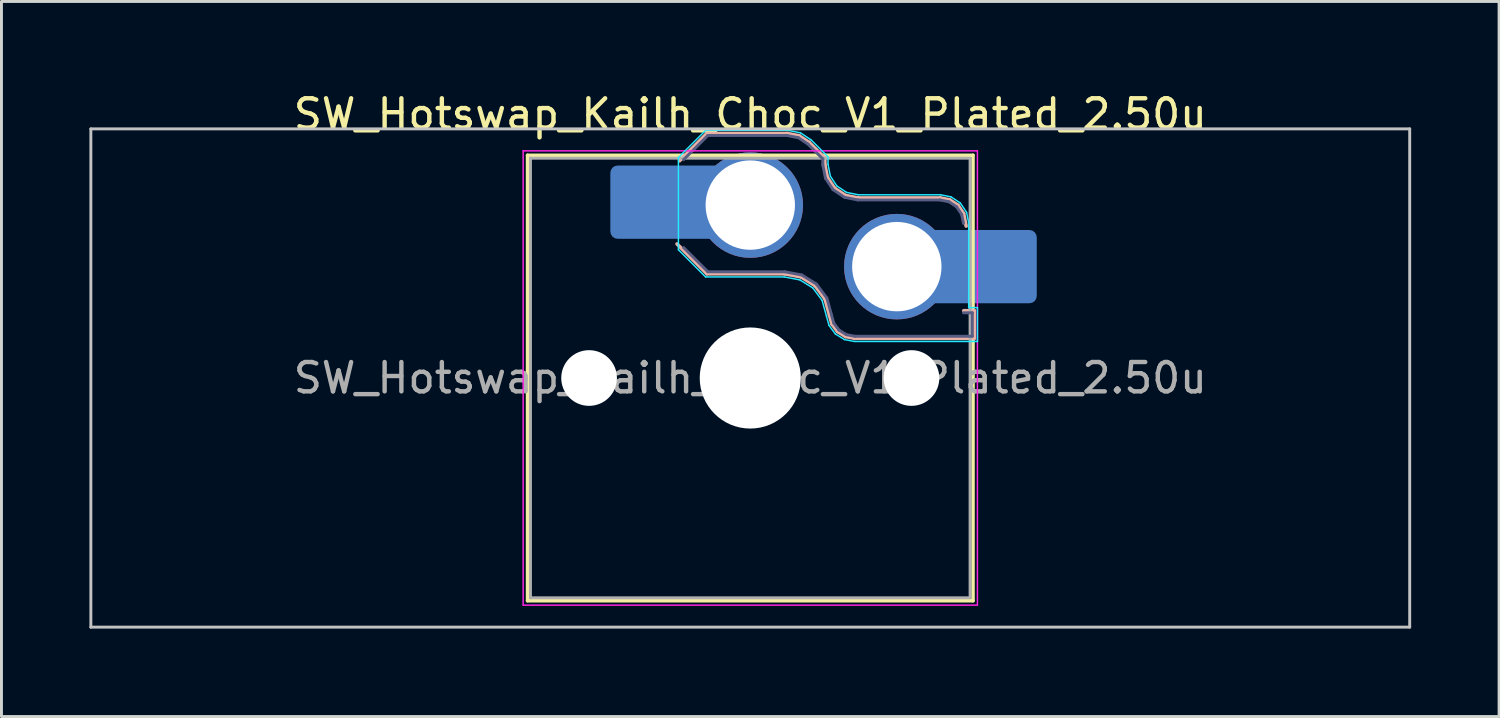
<source format=kicad_pcb>
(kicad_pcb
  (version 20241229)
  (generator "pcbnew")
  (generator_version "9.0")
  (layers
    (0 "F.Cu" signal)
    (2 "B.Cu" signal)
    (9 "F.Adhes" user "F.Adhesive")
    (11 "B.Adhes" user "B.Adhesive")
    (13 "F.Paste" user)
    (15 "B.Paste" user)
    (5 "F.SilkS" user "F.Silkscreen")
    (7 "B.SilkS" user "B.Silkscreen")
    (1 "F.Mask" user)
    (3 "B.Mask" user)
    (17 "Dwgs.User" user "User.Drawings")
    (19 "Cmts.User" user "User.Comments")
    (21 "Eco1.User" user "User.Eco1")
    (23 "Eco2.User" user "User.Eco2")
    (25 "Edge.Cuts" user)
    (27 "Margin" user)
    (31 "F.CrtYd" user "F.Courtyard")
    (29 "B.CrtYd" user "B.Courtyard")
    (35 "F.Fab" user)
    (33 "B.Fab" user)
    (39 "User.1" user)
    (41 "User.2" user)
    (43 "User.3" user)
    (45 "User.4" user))
  (footprint "SW_Hotswap_Kailh_Choc_V1_Plated_2.50u"
    (layer "F.Cu")
    (at 22.55 9.848)
    (property "Reference" "SW_Hotswap_Kailh_Choc_V1_Plated_2.50u" (at 0 -9 0) (layer "F.SilkS") (effects (font (size 1 1) (thickness 0.15))))
    (attr smd)
    (fp_line (start -7.6 -7.6) (end -7.6 7.6) (stroke (width 0.12) (type solid)) (layer "F.SilkS"))
    (fp_line (start -7.6 7.6) (end 7.6 7.6) (stroke (width 0.12) (type solid)) (layer "F.SilkS"))
    (fp_line (start 7.6 -7.6) (end -7.6 -7.6) (stroke (width 0.12) (type solid)) (layer "F.SilkS"))
    (fp_line (start 7.6 7.6) (end 7.6 -7.6) (stroke (width 0.12) (type solid)) (layer "F.SilkS"))
    (fp_line (start -2.416 -7.409) (end -1.479 -8.346) (stroke (width 0.12) (type solid)) (layer "B.SilkS"))
    (fp_line (start -1.479 -8.346) (end 1.268 -8.346) (stroke (width 0.12) (type solid)) (layer "B.SilkS"))
    (fp_line (start -1.479 -3.554) (end -2.5 -4.575) (stroke (width 0.12) (type solid)) (layer "B.SilkS"))
    (fp_line (start 1.168 -3.554) (end -1.479 -3.554) (stroke (width 0.12) (type solid)) (layer "B.SilkS"))
    (fp_line (start 1.268 -8.346) (end 1.671 -8.266) (stroke (width 0.12) (type solid)) (layer "B.SilkS"))
    (fp_line (start 1.671 -8.266) (end 2.013 -8.037) (stroke (width 0.12) (type solid)) (layer "B.SilkS"))
    (fp_line (start 1.73 -3.449) (end 1.168 -3.554) (stroke (width 0.12) (type solid)) (layer "B.SilkS"))
    (fp_line (start 2.013 -8.037) (end 2.546 -7.504) (stroke (width 0.12) (type solid)) (layer "B.SilkS"))
    (fp_line (start 2.209 -3.15) (end 1.73 -3.449) (stroke (width 0.12) (type solid)) (layer "B.SilkS"))
    (fp_line (start 2.546 -7.504) (end 2.546 -7.282) (stroke (width 0.12) (type solid)) (layer "B.SilkS"))
    (fp_line (start 2.546 -7.282) (end 2.633 -6.844) (stroke (width 0.12) (type solid)) (layer "B.SilkS"))
    (fp_line (start 2.547 -2.697) (end 2.209 -3.15) (stroke (width 0.12) (type solid)) (layer "B.SilkS"))
    (fp_line (start 2.633 -6.844) (end 2.877 -6.477) (stroke (width 0.12) (type solid)) (layer "B.SilkS"))
    (fp_line (start 2.701 -2.139) (end 2.547 -2.697) (stroke (width 0.12) (type solid)) (layer "B.SilkS"))
    (fp_line (start 2.783 -1.841) (end 2.701 -2.139) (stroke (width 0.12) (type solid)) (layer "B.SilkS"))
    (fp_line (start 2.877 -6.477) (end 3.244 -6.233) (stroke (width 0.12) (type solid)) (layer "B.SilkS"))
    (fp_line (start 2.976 -1.583) (end 2.783 -1.841) (stroke (width 0.12) (type solid)) (layer "B.SilkS"))
    (fp_line (start 3.244 -6.233) (end 3.682 -6.146) (stroke (width 0.12) (type solid)) (layer "B.SilkS"))
    (fp_line (start 3.25 -1.413) (end 2.976 -1.583) (stroke (width 0.12) (type solid)) (layer "B.SilkS"))
    (fp_line (start 3.56 -1.354) (end 3.25 -1.413) (stroke (width 0.12) (type solid)) (layer "B.SilkS"))
    (fp_line (start 3.682 -6.146) (end 6.482 -6.146) (stroke (width 0.12) (type solid)) (layer "B.SilkS"))
    (fp_line (start 6.482 -6.146) (end 6.809 -6.081) (stroke (width 0.12) (type solid)) (layer "B.SilkS"))
    (fp_line (start 6.809 -6.081) (end 7.092 -5.892) (stroke (width 0.12) (type solid)) (layer "B.SilkS"))
    (fp_line (start 7.092 -5.892) (end 7.281 -5.609) (stroke (width 0.12) (type solid)) (layer "B.SilkS"))
    (fp_line (start 7.281 -5.609) (end 7.366 -5.182) (stroke (width 0.12) (type solid)) (layer "B.SilkS"))
    (fp_line (start 7.283 -2.296) (end 7.646 -2.296) (stroke (width 0.12) (type solid)) (layer "B.SilkS"))
    (fp_line (start 7.646 -2.296) (end 7.646 -1.354) (stroke (width 0.12) (type solid)) (layer "B.SilkS"))
    (fp_line (start 7.646 -1.354) (end 3.56 -1.354) (stroke (width 0.12) (type solid)) (layer "B.SilkS"))
    (fp_line (start -22.5 -8.5) (end -22.5 8.5) (stroke (width 0.1) (type solid)) (layer "Dwgs.User"))
    (fp_line (start -22.5 8.5) (end 22.5 8.5) (stroke (width 0.1) (type solid)) (layer "Dwgs.User"))
    (fp_line (start 22.5 -8.5) (end -22.5 -8.5) (stroke (width 0.1) (type solid)) (layer "Dwgs.User"))
    (fp_line (start 22.5 8.5) (end 22.5 -8.5) (stroke (width 0.1) (type solid)) (layer "Dwgs.User"))
    (fp_line (start -7.25 -7.25) (end -7.25 7.25) (stroke (width 0.1) (type solid)) (layer "Eco1.User"))
    (fp_line (start -7.25 7.25) (end 7.25 7.25) (stroke (width 0.1) (type solid)) (layer "Eco1.User"))
    (fp_line (start 7.25 -7.25) (end -7.25 -7.25) (stroke (width 0.1) (type solid)) (layer "Eco1.User"))
    (fp_line (start 7.25 7.25) (end 7.25 -7.25) (stroke (width 0.1) (type solid)) (layer "Eco1.User"))
    (fp_line (start -2.452 -7.523) (end -1.523 -8.452) (stroke (width 0.05) (type solid)) (layer "B.CrtYd"))
    (fp_line (start -2.452 -4.377) (end -2.452 -7.523) (stroke (width 0.05) (type solid)) (layer "B.CrtYd"))
    (fp_line (start -1.523 -8.452) (end 1.278 -8.452) (stroke (width 0.05) (type solid)) (layer "B.CrtYd"))
    (fp_line (start -1.523 -3.448) (end -2.452 -4.377) (stroke (width 0.05) (type solid)) (layer "B.CrtYd"))
    (fp_line (start 1.159 -3.448) (end -1.523 -3.448) (stroke (width 0.05) (type solid)) (layer "B.CrtYd"))
    (fp_line (start 1.278 -8.452) (end 1.712 -8.366) (stroke (width 0.05) (type solid)) (layer "B.CrtYd"))
    (fp_line (start 1.691 -3.348) (end 1.159 -3.448) (stroke (width 0.05) (type solid)) (layer "B.CrtYd"))
    (fp_line (start 1.712 -8.366) (end 2.081 -8.119) (stroke (width 0.05) (type solid)) (layer "B.CrtYd"))
    (fp_line (start 2.081 -8.119) (end 2.652 -7.548) (stroke (width 0.05) (type solid)) (layer "B.CrtYd"))
    (fp_line (start 2.136 -3.071) (end 1.691 -3.348) (stroke (width 0.05) (type solid)) (layer "B.CrtYd"))
    (fp_line (start 2.45 -2.65) (end 2.136 -3.071) (stroke (width 0.05) (type solid)) (layer "B.CrtYd"))
    (fp_line (start 2.599 -2.111) (end 2.45 -2.65) (stroke (width 0.05) (type solid)) (layer "B.CrtYd"))
    (fp_line (start 2.652 -7.548) (end 2.652 -7.292) (stroke (width 0.05) (type solid)) (layer "B.CrtYd"))
    (fp_line (start 2.652 -7.292) (end 2.733 -6.885) (stroke (width 0.05) (type solid)) (layer "B.CrtYd"))
    (fp_line (start 2.687 -1.794) (end 2.599 -2.111) (stroke (width 0.05) (type solid)) (layer "B.CrtYd"))
    (fp_line (start 2.733 -6.885) (end 2.953 -6.553) (stroke (width 0.05) (type solid)) (layer "B.CrtYd"))
    (fp_line (start 2.903 -1.503) (end 2.687 -1.794) (stroke (width 0.05) (type solid)) (layer "B.CrtYd"))
    (fp_line (start 2.953 -6.553) (end 3.285 -6.333) (stroke (width 0.05) (type solid)) (layer "B.CrtYd"))
    (fp_line (start 3.211 -1.312) (end 2.903 -1.503) (stroke (width 0.05) (type solid)) (layer "B.CrtYd"))
    (fp_line (start 3.285 -6.333) (end 3.692 -6.252) (stroke (width 0.05) (type solid)) (layer "B.CrtYd"))
    (fp_line (start 3.55 -1.248) (end 3.211 -1.312) (stroke (width 0.05) (type solid)) (layer "B.CrtYd"))
    (fp_line (start 3.692 -6.252) (end 6.492 -6.252) (stroke (width 0.05) (type solid)) (layer "B.CrtYd"))
    (fp_line (start 6.492 -6.252) (end 6.85 -6.181) (stroke (width 0.05) (type solid)) (layer "B.CrtYd"))
    (fp_line (start 6.85 -6.181) (end 7.168 -5.968) (stroke (width 0.05) (type solid)) (layer "B.CrtYd"))
    (fp_line (start 7.168 -5.968) (end 7.381 -5.65) (stroke (width 0.05) (type solid)) (layer "B.CrtYd"))
    (fp_line (start 7.381 -5.65) (end 7.452 -5.292) (stroke (width 0.05) (type solid)) (layer "B.CrtYd"))
    (fp_line (start 7.452 -5.292) (end 7.452 -2.402) (stroke (width 0.05) (type solid)) (layer "B.CrtYd"))
    (fp_line (start 7.452 -2.402) (end 7.752 -2.402) (stroke (width 0.05) (type solid)) (layer "B.CrtYd"))
    (fp_line (start 7.752 -2.402) (end 7.752 -1.248) (stroke (width 0.05) (type solid)) (layer "B.CrtYd"))
    (fp_line (start 7.752 -1.248) (end 3.55 -1.248) (stroke (width 0.05) (type solid)) (layer "B.CrtYd"))
    (fp_line (start -7.75 -7.75) (end -7.75 7.75) (stroke (width 0.05) (type solid)) (layer "F.CrtYd"))
    (fp_line (start -7.75 7.75) (end 7.75 7.75) (stroke (width 0.05) (type solid)) (layer "F.CrtYd"))
    (fp_line (start 7.75 -7.75) (end -7.75 -7.75) (stroke (width 0.05) (type solid)) (layer "F.CrtYd"))
    (fp_line (start 7.75 7.75) (end 7.75 -7.75) (stroke (width 0.05) (type solid)) (layer "F.CrtYd"))
    (fp_line (start -2.275 -7.45) (end -1.45 -8.275) (stroke (width 0.1) (type solid)) (layer "B.Fab"))
    (fp_line (start -1.45 -8.275) (end 1.261 -8.275) (stroke (width 0.1) (type solid)) (layer "B.Fab"))
    (fp_line (start -1.45 -3.625) (end -2.275 -4.45) (stroke (width 0.1) (type solid)) (layer "B.Fab"))
    (fp_line (start 1.175 -3.625) (end -1.45 -3.625) (stroke (width 0.1) (type solid)) (layer "B.Fab"))
    (fp_line (start 1.261 -8.275) (end 1.643 -8.199) (stroke (width 0.1) (type solid)) (layer "B.Fab"))
    (fp_line (start 1.643 -8.199) (end 1.968 -7.982) (stroke (width 0.1) (type solid)) (layer "B.Fab"))
    (fp_line (start 1.756 -3.516) (end 1.175 -3.625) (stroke (width 0.1) (type solid)) (layer "B.Fab"))
    (fp_line (start 1.968 -7.982) (end 2.475 -7.475) (stroke (width 0.1) (type solid)) (layer "B.Fab"))
    (fp_line (start 2.258 -3.203) (end 1.756 -3.516) (stroke (width 0.1) (type solid)) (layer "B.Fab"))
    (fp_line (start 2.475 -7.475) (end 2.475 -7.275) (stroke (width 0.1) (type solid)) (layer "B.Fab"))
    (fp_line (start 2.475 -7.275) (end 2.566 -6.816) (stroke (width 0.1) (type solid)) (layer "B.Fab"))
    (fp_line (start 2.566 -6.816) (end 2.826 -6.426) (stroke (width 0.1) (type solid)) (layer "B.Fab"))
    (fp_line (start 2.612 -2.729) (end 2.258 -3.203) (stroke (width 0.1) (type solid)) (layer "B.Fab"))
    (fp_line (start 2.769 -2.158) (end 2.612 -2.729) (stroke (width 0.1) (type solid)) (layer "B.Fab"))
    (fp_line (start 2.826 -6.426) (end 3.216 -6.166) (stroke (width 0.1) (type solid)) (layer "B.Fab"))
    (fp_line (start 2.848 -1.873) (end 2.769 -2.158) (stroke (width 0.1) (type solid)) (layer "B.Fab"))
    (fp_line (start 3.025 -1.636) (end 2.848 -1.873) (stroke (width 0.1) (type solid)) (layer "B.Fab"))
    (fp_line (start 3.216 -6.166) (end 3.675 -6.075) (stroke (width 0.1) (type solid)) (layer "B.Fab"))
    (fp_line (start 3.276 -1.48) (end 3.025 -1.636) (stroke (width 0.1) (type solid)) (layer "B.Fab"))
    (fp_line (start 3.567 -1.425) (end 3.276 -1.48) (stroke (width 0.1) (type solid)) (layer "B.Fab"))
    (fp_line (start 3.675 -6.075) (end 6.475 -6.075) (stroke (width 0.1) (type solid)) (layer "B.Fab"))
    (fp_line (start 6.475 -6.075) (end 6.781 -6.014) (stroke (width 0.1) (type solid)) (layer "B.Fab"))
    (fp_line (start 6.781 -6.014) (end 7.041 -5.841) (stroke (width 0.1) (type solid)) (layer "B.Fab"))
    (fp_line (start 7.041 -5.841) (end 7.214 -5.581) (stroke (width 0.1) (type solid)) (layer "B.Fab"))
    (fp_line (start 7.214 -5.581) (end 7.275 -5.275) (stroke (width 0.1) (type solid)) (layer "B.Fab"))
    (fp_line (start 7.275 -2.225) (end 7.575 -2.225) (stroke (width 0.1) (type solid)) (layer "B.Fab"))
    (fp_line (start 7.575 -2.225) (end 7.575 -1.425) (stroke (width 0.1) (type solid)) (layer "B.Fab"))
    (fp_line (start 7.575 -1.425) (end 3.567 -1.425) (stroke (width 0.1) (type solid)) (layer "B.Fab"))
    (fp_line (start -7.5 -7.5) (end -7.5 7.5) (stroke (width 0.1) (type solid)) (layer "F.Fab"))
    (fp_line (start -7.5 7.5) (end 7.5 7.5) (stroke (width 0.1) (type solid)) (layer "F.Fab"))
    (fp_line (start 7.5 -7.5) (end -7.5 -7.5) (stroke (width 0.1) (type solid)) (layer "F.Fab"))
    (fp_line (start 7.5 7.5) (end 7.5 -7.5) (stroke (width 0.1) (type solid)) (layer "F.Fab"))
    (fp_text user "${REFERENCE}" (at 0 0 0) (layer "F.Fab") (effects (font (size 1 1) (thickness 0.15))))
    (pad "" np_thru_hole circle (at -5.5 0) (size 1.9 1.9) (drill 1.9) (layers "*.Cu" "*.Mask"))
    (pad "" smd roundrect (at -3.5 -6) (size 2.55 2.5) (layers "B.Mask" "B.Paste") (roundrect_rratio 0.1))
    (pad "" np_thru_hole circle (at 0 0) (size 3.45 3.45) (drill 3.45) (layers "*.Cu" "*.Mask"))
    (pad "" np_thru_hole circle (at 5.5 0) (size 1.9 1.9) (drill 1.9) (layers "*.Cu" "*.Mask"))
    (pad "" smd roundrect (at 8.5 -3.8) (size 2.55 2.5) (layers "B.Mask" "B.Paste") (roundrect_rratio 0.1))
    (pad "1" smd roundrect (at -2.85 -6) (size 3.85 2.5) (layers "B.Cu") (roundrect_rratio 0.1))
    (pad "1" thru_hole circle (at 0 -5.9) (size 3.6 3.6) (drill 3.05) (layers "*.Cu" "*.Mask"))
    (pad "2" thru_hole circle (at 5 -3.8) (size 3.6 3.6) (drill 3.05) (layers "*.Cu" "*.Mask"))
    (pad "2" smd roundrect (at 7.85 -3.8) (size 3.85 2.5) (layers "B.Cu") (roundrect_rratio 0.1)))
  (gr_rect
    (start -3 -3)
    (end 48.1 21.398)
    (stroke (width 0.1) (type default))
    (fill no)
    (layer "Edge.Cuts")))
</source>
